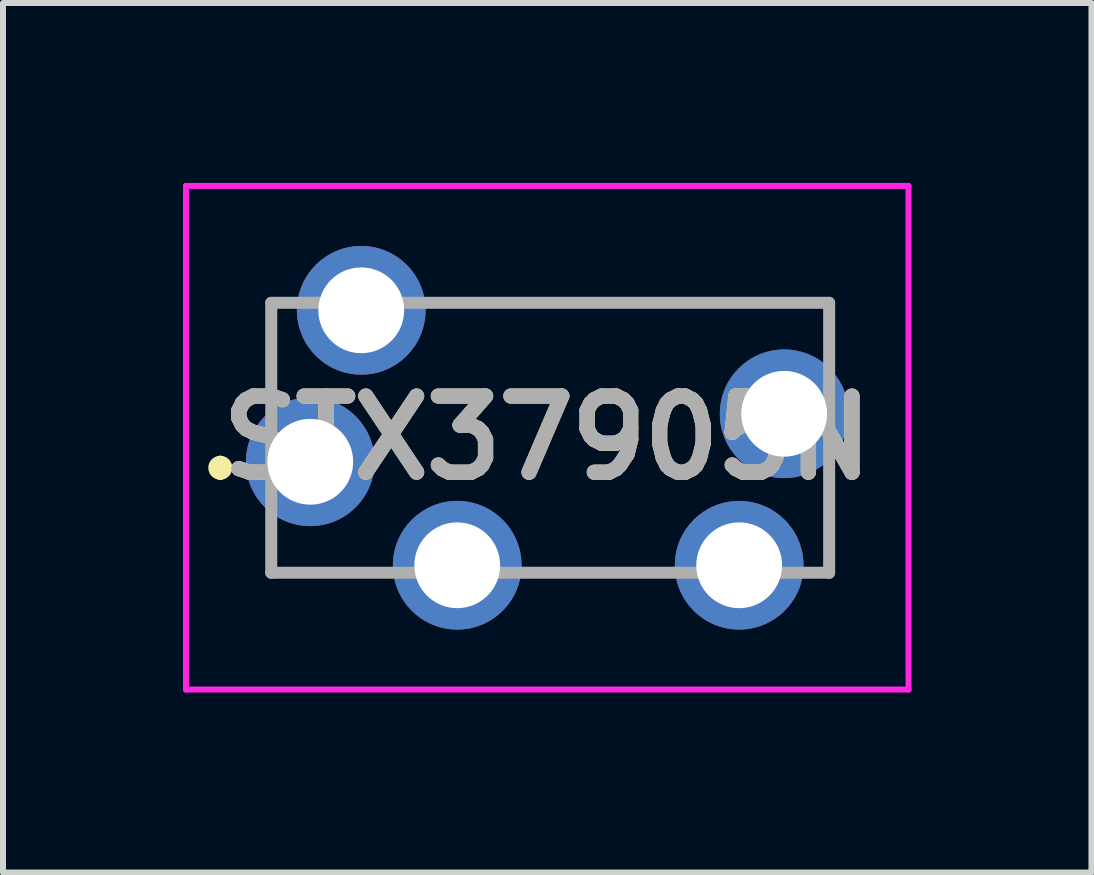
<source format=kicad_pcb>
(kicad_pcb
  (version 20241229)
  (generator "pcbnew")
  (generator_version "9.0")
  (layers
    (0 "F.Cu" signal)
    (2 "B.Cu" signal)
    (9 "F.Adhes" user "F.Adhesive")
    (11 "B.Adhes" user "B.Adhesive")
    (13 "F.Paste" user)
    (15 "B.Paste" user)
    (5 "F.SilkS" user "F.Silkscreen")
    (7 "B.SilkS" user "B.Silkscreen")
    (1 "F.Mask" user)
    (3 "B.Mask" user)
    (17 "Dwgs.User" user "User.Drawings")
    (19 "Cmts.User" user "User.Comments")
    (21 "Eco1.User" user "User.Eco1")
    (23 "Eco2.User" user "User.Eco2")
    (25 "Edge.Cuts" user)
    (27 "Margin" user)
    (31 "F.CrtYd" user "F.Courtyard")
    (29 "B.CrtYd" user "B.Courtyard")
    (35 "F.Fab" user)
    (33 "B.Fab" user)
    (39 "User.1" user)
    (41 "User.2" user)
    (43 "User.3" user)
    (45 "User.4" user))
  (footprint "STX37905N"
    (layer "F.Cu")
    (at 2.122 4.648)
    (property "Reference" "STX37905N" (at 3.95 -0.4 0) (layer "F.SilkS") (effects (font (size 1.27 1.27) (thickness 0.254))))
    (attr through_hole)
    (fp_line (start -1.5 0) (end -1.5 0) (stroke (width 0.2) (type solid)) (layer "F.SilkS"))
    (fp_line (start -1.5 0.2) (end -1.5 0.2) (stroke (width 0.2) (type solid)) (layer "F.SilkS"))
    (fp_line (start 3 -2.65) (end 8.65 -2.65) (stroke (width 0.1) (type solid)) (layer "F.SilkS"))
    (fp_line (start 8.65 -2.65) (end 8.65 -2) (stroke (width 0.1) (type solid)) (layer "F.SilkS"))
    (fp_arc (start -1.5 0) (mid -1.4 0.1) (end -1.5 0.2) (stroke (width 0.2) (type solid)) (layer "F.SilkS"))
    (fp_arc (start -1.5 0.2) (mid -1.6 0.1) (end -1.5 0) (stroke (width 0.2) (type solid)) (layer "F.SilkS"))
    (fp_line (start -2.072 -4.598) (end -2.072 3.797) (stroke (width 0.1) (type solid)) (layer "F.CrtYd"))
    (fp_line (start -2.072 3.797) (end 9.973 3.797) (stroke (width 0.1) (type solid)) (layer "F.CrtYd"))
    (fp_line (start 9.973 -4.598) (end -2.072 -4.598) (stroke (width 0.1) (type solid)) (layer "F.CrtYd"))
    (fp_line (start 9.973 3.797) (end 9.973 -4.598) (stroke (width 0.1) (type solid)) (layer "F.CrtYd"))
    (fp_line (start -0.65 -2.65) (end -0.65 1.85) (stroke (width 0.2) (type solid)) (layer "F.Fab"))
    (fp_line (start -0.65 1.85) (end 8.65 1.85) (stroke (width 0.2) (type solid)) (layer "F.Fab"))
    (fp_line (start 8.65 -2.65) (end -0.65 -2.65) (stroke (width 0.2) (type solid)) (layer "F.Fab"))
    (fp_line (start 8.65 1.85) (end 8.65 -2.65) (stroke (width 0.2) (type solid)) (layer "F.Fab"))
    (fp_text user "${REFERENCE}" (at 3.95 -0.4 0) (layer "F.Fab") (effects (font (size 1.27 1.27) (thickness 0.254))))
    (pad "1" thru_hole circle (at 0 0) (size 2.145 2.145) (drill 1.43) (layers "*.Cu" "*.Mask"))
    (pad "2" thru_hole circle (at 0.85 -2.525) (size 2.145 2.145) (drill 1.43) (layers "*.Cu" "*.Mask"))
    (pad "3" thru_hole circle (at 7.15 1.725) (size 2.145 2.145) (drill 1.43) (layers "*.Cu" "*.Mask"))
    (pad "4" thru_hole circle (at 7.9 -0.8) (size 2.145 2.145) (drill 1.43) (layers "*.Cu" "*.Mask"))
    (pad "5" thru_hole circle (at 2.45 1.725) (size 2.145 2.145) (drill 1.43) (layers "*.Cu" "*.Mask")))
  (gr_rect
    (start -3 -3)
    (end 15.145 11.495)
    (stroke (width 0.1) (type default))
    (fill no)
    (layer "Edge.Cuts")))
</source>
